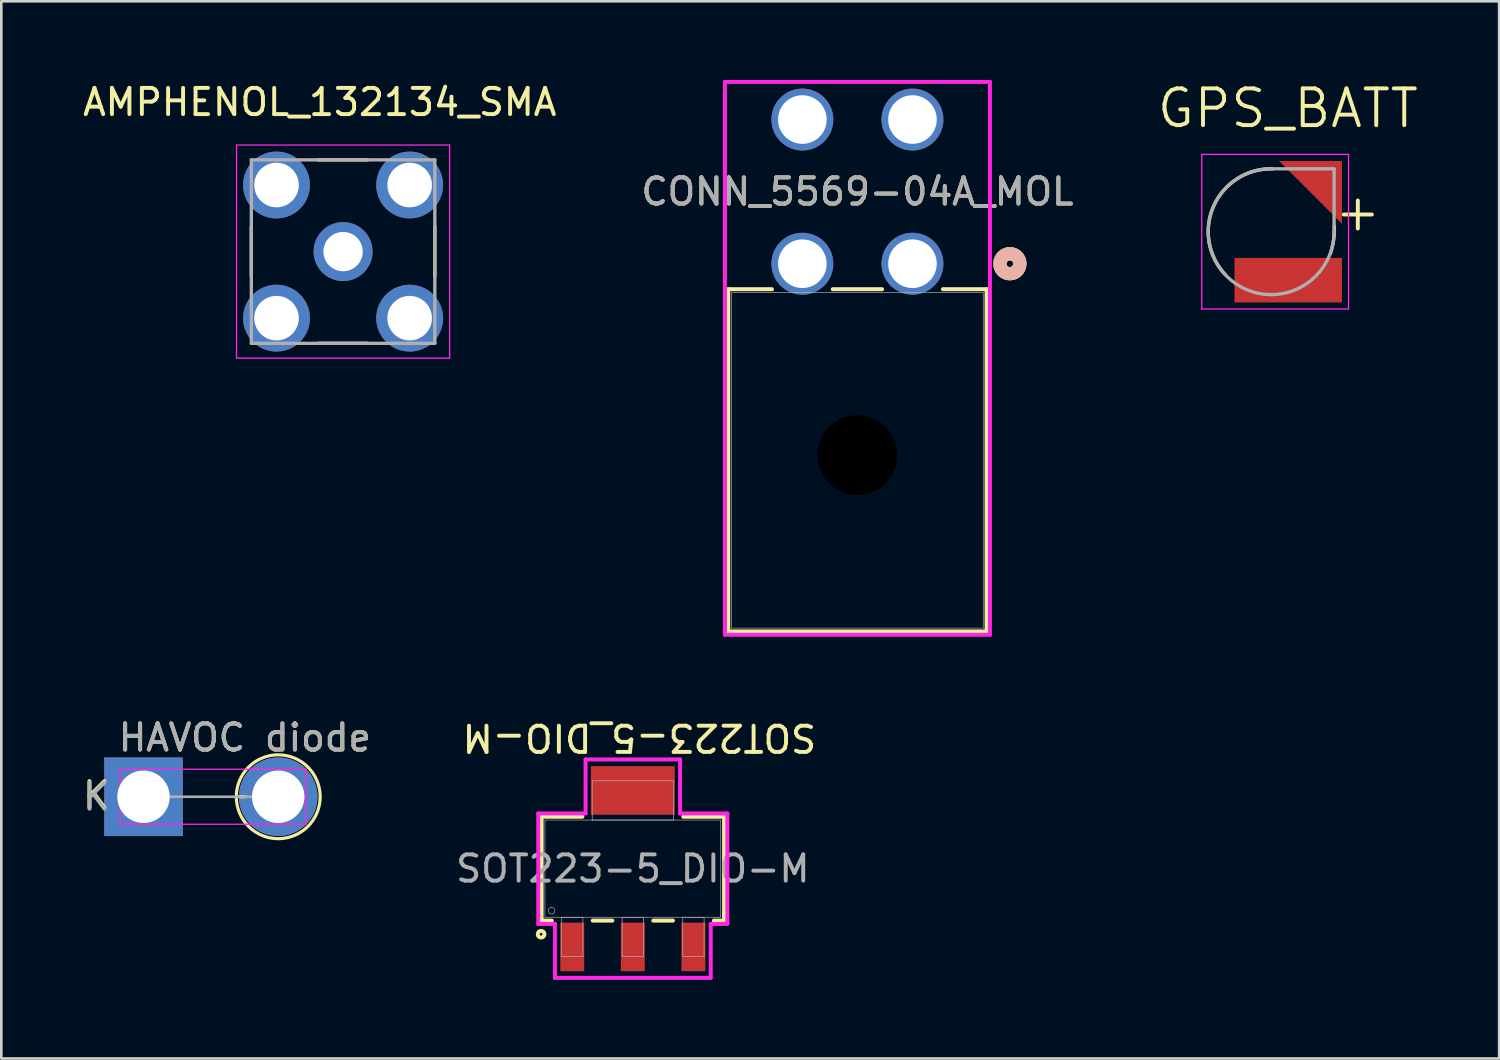
<source format=kicad_pcb>
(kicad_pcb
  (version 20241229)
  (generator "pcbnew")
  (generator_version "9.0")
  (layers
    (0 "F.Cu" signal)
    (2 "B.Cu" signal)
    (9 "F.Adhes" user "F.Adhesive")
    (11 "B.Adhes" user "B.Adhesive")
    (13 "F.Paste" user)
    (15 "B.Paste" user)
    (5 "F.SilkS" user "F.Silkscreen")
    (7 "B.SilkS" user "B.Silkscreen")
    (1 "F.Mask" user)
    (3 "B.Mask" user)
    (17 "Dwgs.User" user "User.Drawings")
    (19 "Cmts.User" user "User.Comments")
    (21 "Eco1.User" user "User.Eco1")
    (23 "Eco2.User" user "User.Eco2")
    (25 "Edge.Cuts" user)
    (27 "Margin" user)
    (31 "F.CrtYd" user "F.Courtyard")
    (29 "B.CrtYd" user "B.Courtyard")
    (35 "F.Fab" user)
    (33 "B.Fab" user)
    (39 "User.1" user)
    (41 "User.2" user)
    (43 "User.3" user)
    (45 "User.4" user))
  (footprint "CONN_5569-04A_MOL"
    (layer "F.Cu")
    (at 31.761 7.011)
    (property "Reference" "CONN_5569-04A_MOL" (at -2.1 -2.75 0) (unlocked yes) (layer "F.SilkS") (effects (font (size 1 1) (thickness 0.15))))
    (attr through_hole)
    (fp_line (start -7.028 0.973) (end -7.028 14.029) (stroke (width 0.152) (type solid)) (layer "F.SilkS"))
    (fp_line (start -7.028 14.029) (end 2.828 14.029) (stroke (width 0.152) (type solid)) (layer "F.SilkS"))
    (fp_line (start -5.36 0.973) (end -7.028 0.973) (stroke (width 0.152) (type solid)) (layer "F.SilkS"))
    (fp_line (start -1.16 0.973) (end -3.04 0.973) (stroke (width 0.152) (type solid)) (layer "F.SilkS"))
    (fp_line (start 2.828 0.973) (end 1.16 0.973) (stroke (width 0.152) (type solid)) (layer "F.SilkS"))
    (fp_line (start 2.828 14.029) (end 2.828 0.973) (stroke (width 0.152) (type solid)) (layer "F.SilkS"))
    (fp_circle (center 3.717 0) (end 4.098 0) (stroke (width 0.508) (type solid)) (fill no) (layer "F.SilkS"))
    (fp_circle (center 3.717 0) (end 4.098 0) (stroke (width 0.508) (type solid)) (fill no) (layer "B.SilkS"))
    (fp_line (start -7.155 -6.935) (end -7.155 14.156) (stroke (width 0.152) (type solid)) (layer "F.CrtYd"))
    (fp_line (start -7.155 14.156) (end 2.955 14.156) (stroke (width 0.152) (type solid)) (layer "F.CrtYd"))
    (fp_line (start 2.955 -6.935) (end -7.155 -6.935) (stroke (width 0.152) (type solid)) (layer "F.CrtYd"))
    (fp_line (start 2.955 14.156) (end 2.955 -6.935) (stroke (width 0.152) (type solid)) (layer "F.CrtYd"))
    (fp_line (start -6.901 1.1) (end -6.901 13.902) (stroke (width 0.025) (type solid)) (layer "F.Fab"))
    (fp_line (start -6.901 13.902) (end 2.701 13.902) (stroke (width 0.025) (type solid)) (layer "F.Fab"))
    (fp_line (start 2.701 1.1) (end -6.901 1.1) (stroke (width 0.025) (type solid)) (layer "F.Fab"))
    (fp_line (start 2.701 13.902) (end 2.701 1.1) (stroke (width 0.025) (type solid)) (layer "F.Fab"))
    (fp_circle (center 0 0) (end 0.381 0) (stroke (width 0.508) (type solid)) (fill no) (layer "F.Fab"))
    (fp_text user "${REFERENCE}" (at -2.1 -2.75 0) (unlocked yes) (layer "F.Fab") (effects (font (size 1 1) (thickness 0.15))))
    (pad "" np_thru_hole circle (at -2.1 7.3) (size 3.048 3.048) (drill 3.048) (layers))
    (pad "1" thru_hole circle (at 0 0) (size 2.362 2.362) (drill 1.854) (layers "*.Cu" "*.Mask"))
    (pad "2" thru_hole circle (at -4.2 0) (size 2.362 2.362) (drill 1.854) (layers "*.Cu" "*.Mask"))
    (pad "3" thru_hole circle (at 0 -5.5) (size 2.362 2.362) (drill 1.854) (layers "*.Cu" "*.Mask"))
    (pad "4" thru_hole circle (at -4.2 -5.5) (size 2.362 2.362) (drill 1.854) (layers "*.Cu" "*.Mask")))
  (footprint "HAVOC diode"
    (layer "F.Cu")
    (at 5.025 27.347)
    (property "Reference" "HAVOC diode" (at 1.27 -2.256 0) (layer "F.SilkS") (effects (font (size 1 1) (thickness 0.15))))
    (attr through_hole)
    (fp_line (start 1.284 0) (end 1.05 0) (stroke (width 0.12) (type solid)) (layer "F.SilkS"))
    (fp_circle (center 2.54 0) (end 4.14 0) (stroke (width 0.12) (type solid)) (fill no) (layer "F.SilkS"))
    (fp_line (start -3.5 -1.05) (end -3.5 1.05) (stroke (width 0.05) (type solid)) (layer "F.CrtYd"))
    (fp_line (start -3.5 1.05) (end 3.59 1.05) (stroke (width 0.05) (type solid)) (layer "F.CrtYd"))
    (fp_line (start 3.59 -1.05) (end -3.5 -1.05) (stroke (width 0.05) (type solid)) (layer "F.CrtYd"))
    (fp_line (start 3.59 1.05) (end 3.59 -1.05) (stroke (width 0.05) (type solid)) (layer "F.CrtYd"))
    (fp_line (start -2.6 0) (end 2.54 0) (stroke (width 0.1) (type solid)) (layer "F.Fab"))
    (fp_circle (center 2.54 0) (end 3.34 0) (stroke (width 0.1) (type solid)) (fill no) (layer "F.Fab"))
    (fp_text user "K" (at -4.4 -0.05 0) (layer "F.SilkS") (effects (font (size 1 1) (thickness 0.15))))
    (fp_text user "K" (at -4.4 0 0) (layer "F.Fab") (effects (font (size 1 1) (thickness 0.15))))
    (fp_text user "${REFERENCE}" (at 1.27 -2.256 0) (layer "F.Fab") (effects (font (size 1 1) (thickness 0.15))))
    (pad "1" thru_hole rect (at -2.6 0) (size 3 3) (drill 2) (layers "*.Cu" "*.Mask"))
    (pad "2" thru_hole circle (at 2.54 0) (size 3 3) (drill 2) (layers "*.Cu" "*.Mask")))
  (footprint "SOT223-5_DIO-M"
    (layer "F.Cu")
    (at 21.093 30.091)
    (property "Reference" "SOT223-5_DIO-M" (at 0.25 -5 180) (unlocked yes) (layer "F.SilkS") (effects (font (size 1 1) (thickness 0.15))))
    (attr smd)
    (fp_line (start -3.48 -1.981) (end -3.48 1.981) (stroke (width 0.152) (type solid)) (layer "F.SilkS"))
    (fp_line (start -3.48 1.981) (end -3.092 1.981) (stroke (width 0.152) (type solid)) (layer "F.SilkS"))
    (fp_line (start -1.924 -1.981) (end -3.48 -1.981) (stroke (width 0.152) (type solid)) (layer "F.SilkS"))
    (fp_line (start -1.53 1.981) (end -0.781 1.981) (stroke (width 0.152) (type solid)) (layer "F.SilkS"))
    (fp_line (start 0.781 1.981) (end 1.53 1.981) (stroke (width 0.152) (type solid)) (layer "F.SilkS"))
    (fp_line (start 3.092 1.981) (end 3.48 1.981) (stroke (width 0.152) (type solid)) (layer "F.SilkS"))
    (fp_line (start 3.48 -1.981) (end 1.924 -1.981) (stroke (width 0.152) (type solid)) (layer "F.SilkS"))
    (fp_line (start 3.48 1.981) (end 3.48 -1.981) (stroke (width 0.152) (type solid)) (layer "F.SilkS"))
    (fp_circle (center -3.5 2.5) (end -3.373 2.5) (stroke (width 0.152) (type solid)) (fill no) (layer "F.SilkS"))
    (fp_line (start -3.607 -2.108) (end -1.803 -2.108) (stroke (width 0.152) (type solid)) (layer "F.CrtYd"))
    (fp_line (start -3.607 2.108) (end -3.607 -2.108) (stroke (width 0.152) (type solid)) (layer "F.CrtYd"))
    (fp_line (start -2.972 2.108) (end -3.607 2.108) (stroke (width 0.152) (type solid)) (layer "F.CrtYd"))
    (fp_line (start -2.972 4.166) (end -2.972 2.108) (stroke (width 0.152) (type solid)) (layer "F.CrtYd"))
    (fp_line (start -1.803 -4.166) (end 1.803 -4.166) (stroke (width 0.152) (type solid)) (layer "F.CrtYd"))
    (fp_line (start -1.803 -2.108) (end -1.803 -4.166) (stroke (width 0.152) (type solid)) (layer "F.CrtYd"))
    (fp_line (start 1.803 -4.166) (end 1.803 -2.108) (stroke (width 0.152) (type solid)) (layer "F.CrtYd"))
    (fp_line (start 1.803 -2.108) (end 3.607 -2.108) (stroke (width 0.152) (type solid)) (layer "F.CrtYd"))
    (fp_line (start 2.972 2.108) (end 2.972 4.166) (stroke (width 0.152) (type solid)) (layer "F.CrtYd"))
    (fp_line (start 2.972 4.166) (end -2.972 4.166) (stroke (width 0.152) (type solid)) (layer "F.CrtYd"))
    (fp_line (start 3.607 -2.108) (end 3.607 2.108) (stroke (width 0.152) (type solid)) (layer "F.CrtYd"))
    (fp_line (start 3.607 2.108) (end 2.972 2.108) (stroke (width 0.152) (type solid)) (layer "F.CrtYd"))
    (fp_line (start -3.353 -1.854) (end -3.353 1.854) (stroke (width 0.025) (type solid)) (layer "F.Fab"))
    (fp_line (start -3.353 1.854) (end 3.353 1.854) (stroke (width 0.025) (type solid)) (layer "F.Fab"))
    (fp_line (start -2.718 1.854) (end -2.718 3.353) (stroke (width 0.025) (type solid)) (layer "F.Fab"))
    (fp_line (start -2.718 3.353) (end -1.905 3.353) (stroke (width 0.025) (type solid)) (layer "F.Fab"))
    (fp_line (start -1.905 1.854) (end -2.718 1.854) (stroke (width 0.025) (type solid)) (layer "F.Fab"))
    (fp_line (start -1.905 3.353) (end -1.905 1.854) (stroke (width 0.025) (type solid)) (layer "F.Fab"))
    (fp_line (start -1.549 -3.353) (end -1.549 -1.854) (stroke (width 0.025) (type solid)) (layer "F.Fab"))
    (fp_line (start -1.549 -1.854) (end 1.549 -1.854) (stroke (width 0.025) (type solid)) (layer "F.Fab"))
    (fp_line (start -0.406 1.854) (end -0.406 3.353) (stroke (width 0.025) (type solid)) (layer "F.Fab"))
    (fp_line (start -0.406 3.353) (end 0.406 3.353) (stroke (width 0.025) (type solid)) (layer "F.Fab"))
    (fp_line (start 0.406 1.854) (end -0.406 1.854) (stroke (width 0.025) (type solid)) (layer "F.Fab"))
    (fp_line (start 0.406 3.353) (end 0.406 1.854) (stroke (width 0.025) (type solid)) (layer "F.Fab"))
    (fp_line (start 1.549 -3.353) (end -1.549 -3.353) (stroke (width 0.025) (type solid)) (layer "F.Fab"))
    (fp_line (start 1.549 -1.854) (end 1.549 -3.353) (stroke (width 0.025) (type solid)) (layer "F.Fab"))
    (fp_line (start 1.905 1.854) (end 1.905 3.353) (stroke (width 0.025) (type solid)) (layer "F.Fab"))
    (fp_line (start 1.905 3.353) (end 2.718 3.353) (stroke (width 0.025) (type solid)) (layer "F.Fab"))
    (fp_line (start 2.718 1.854) (end 1.905 1.854) (stroke (width 0.025) (type solid)) (layer "F.Fab"))
    (fp_line (start 2.718 3.353) (end 2.718 1.854) (stroke (width 0.025) (type solid)) (layer "F.Fab"))
    (fp_line (start 3.353 -1.854) (end -3.353 -1.854) (stroke (width 0.025) (type solid)) (layer "F.Fab"))
    (fp_line (start 3.353 1.854) (end 3.353 -1.854) (stroke (width 0.025) (type solid)) (layer "F.Fab"))
    (fp_circle (center -3.099 1.6) (end -2.972 1.6) (stroke (width 0.025) (type solid)) (fill no) (layer "F.Fab"))
    (fp_text user "${REFERENCE}" (at 0 0 0) (unlocked yes) (layer "F.Fab") (effects (font (size 1 1) (thickness 0.15))))
    (pad "1" smd rect (at -2.311 2.985) (size 0.914 1.854) (layers "F.Cu" "F.Mask" "F.Paste"))
    (pad "2" smd rect (at 0 -2.985) (size 3.2 1.854) (layers "F.Cu" "F.Mask" "F.Paste"))
    (pad "2" smd rect (at 0 2.985) (size 0.914 1.854) (layers "F.Cu" "F.Mask" "F.Paste"))
    (pad "3" smd rect (at 2.311 2.985) (size 0.914 1.854) (layers "F.Cu" "F.Mask" "F.Paste")))
  (footprint "AMPHENOL_132134_SMA"
    (layer "F.Cu")
    (at 10.039 6.548)
    (property "Reference" "AMPHENOL_132134_SMA" (at -0.89 -5.7 0) (layer "F.SilkS") (effects (font (size 1 1) (thickness 0.15))))
    (attr through_hole)
    (fp_line (start -3.5 -0.945) (end -3.5 0.945) (stroke (width 0.127) (type solid)) (layer "F.SilkS"))
    (fp_line (start -0.945 -3.5) (end 0.945 -3.5) (stroke (width 0.127) (type solid)) (layer "F.SilkS"))
    (fp_line (start -0.945 3.5) (end 0.945 3.5) (stroke (width 0.127) (type solid)) (layer "F.SilkS"))
    (fp_line (start 3.5 -0.945) (end 3.5 0.945) (stroke (width 0.127) (type solid)) (layer "F.SilkS"))
    (fp_line (start -4.065 -4.065) (end -4.065 4.065) (stroke (width 0.05) (type solid)) (layer "F.CrtYd"))
    (fp_line (start -4.065 4.065) (end 4.065 4.065) (stroke (width 0.05) (type solid)) (layer "F.CrtYd"))
    (fp_line (start 4.065 -4.065) (end -4.065 -4.065) (stroke (width 0.05) (type solid)) (layer "F.CrtYd"))
    (fp_line (start 4.065 4.065) (end 4.065 -4.065) (stroke (width 0.05) (type solid)) (layer "F.CrtYd"))
    (fp_line (start -3.5 -3.5) (end 3.5 -3.5) (stroke (width 0.127) (type solid)) (layer "F.Fab"))
    (fp_line (start -3.5 3.5) (end -3.5 -3.5) (stroke (width 0.127) (type solid)) (layer "F.Fab"))
    (fp_line (start 3.5 -3.5) (end 3.5 3.5) (stroke (width 0.127) (type solid)) (layer "F.Fab"))
    (fp_line (start 3.5 3.5) (end -3.5 3.5) (stroke (width 0.127) (type solid)) (layer "F.Fab"))
    (pad "1" thru_hole circle (at 0 0) (size 2.25 2.25) (drill 1.5) (layers "*.Cu" "*.Mask"))
    (pad "G1" thru_hole circle (at -2.54 -2.54) (size 2.55 2.55) (drill 1.7) (layers "*.Cu" "*.Mask"))
    (pad "G2" thru_hole circle (at 2.54 -2.54) (size 2.55 2.55) (drill 1.7) (layers "*.Cu" "*.Mask"))
    (pad "G3" thru_hole circle (at -2.54 2.54) (size 2.55 2.55) (drill 1.7) (layers "*.Cu" "*.Mask"))
    (pad "G4" thru_hole circle (at 2.54 2.54) (size 2.55 2.55) (drill 1.7) (layers "*.Cu" "*.Mask")))
  (footprint "GPS_BATT"
    (layer "F.Cu")
    (at 45.447 5.79)
    (property "Reference" "GPS_BATT" (at 0.636 -4.707 0) (layer "F.SilkS") (effects (font (size 1.402 1.402) (thickness 0.15))))
    (attr smd)
    (fp_poly (pts (xy 0 -2.8) (xy 2.8 -2.8) (xy 2.8 0)) (stroke (width 0.0001) (type solid)) (fill yes) (layer "F.Mask"))
    (fp_arc (start -1.75 1.639999) (mid -2.19472 -0.984702) (end 0.06 -2.4) (stroke (width 0.127) (type solid)) (layer "F.SilkS"))
    (fp_arc (start 2.41 -0.217) (mid 2.3808 0.313062) (end 2.26 0.83) (stroke (width 0.127) (type solid)) (layer "F.SilkS"))
    (fp_poly (pts (xy 0.3 -2.7) (xy 2.7 -2.7) (xy 2.7 -0.3)) (stroke (width 0.0001) (type solid)) (fill yes) (layer "F.Paste"))
    (fp_line (start -2.65 -2.95) (end 2.95 -2.95) (stroke (width 0.05) (type solid)) (layer "F.CrtYd"))
    (fp_line (start -2.65 2.95) (end -2.65 -2.95) (stroke (width 0.05) (type solid)) (layer "F.CrtYd"))
    (fp_line (start 2.95 -2.95) (end 2.95 2.95) (stroke (width 0.05) (type solid)) (layer "F.CrtYd"))
    (fp_line (start 2.95 2.95) (end -2.65 2.95) (stroke (width 0.05) (type solid)) (layer "F.CrtYd"))
    (fp_line (start 0 -2.4) (end 2.4 -2.4) (stroke (width 0.127) (type solid)) (layer "F.Fab"))
    (fp_line (start 2.4 -2.4) (end 2.4 0) (stroke (width 0.127) (type solid)) (layer "F.Fab"))
    (fp_arc (start 2.4 0) (mid -1.697056 1.697056) (end 0 -2.4) (stroke (width 0.127) (type solid)) (layer "F.Fab"))
    (fp_text user "+" (at 3.305 -0.763 0) (layer "F.SilkS") (effects (font (size 1.401 1.401) (thickness 0.15))))
    (pad "1" smd custom (at 2.1 -2.1) (size 1 1) (layers "F.Cu") (options (anchor rect)) (primitives (gr_poly (pts (xy -1.8 -0.6) (xy 0.6 -0.6) (xy 0.6 1.8)) (width 0.0001) (fill yes))))
    (pad "2" smd rect (at 0.65 1.85) (size 4.1 1.7) (layers "F.Cu" "F.Mask" "F.Paste")))
  (gr_rect
    (start -3 -3)
    (end 54.143 37.333)
    (stroke (width 0.1) (type default))
    (fill no)
    (layer "Edge.Cuts")))
</source>
